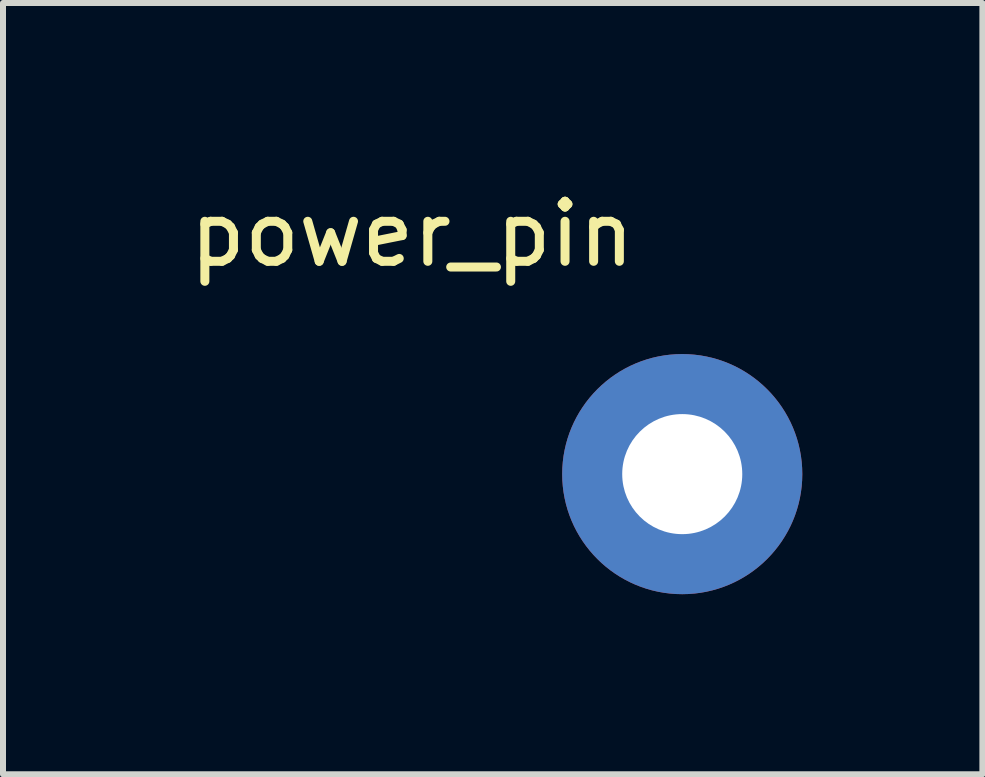
<source format=kicad_pcb>
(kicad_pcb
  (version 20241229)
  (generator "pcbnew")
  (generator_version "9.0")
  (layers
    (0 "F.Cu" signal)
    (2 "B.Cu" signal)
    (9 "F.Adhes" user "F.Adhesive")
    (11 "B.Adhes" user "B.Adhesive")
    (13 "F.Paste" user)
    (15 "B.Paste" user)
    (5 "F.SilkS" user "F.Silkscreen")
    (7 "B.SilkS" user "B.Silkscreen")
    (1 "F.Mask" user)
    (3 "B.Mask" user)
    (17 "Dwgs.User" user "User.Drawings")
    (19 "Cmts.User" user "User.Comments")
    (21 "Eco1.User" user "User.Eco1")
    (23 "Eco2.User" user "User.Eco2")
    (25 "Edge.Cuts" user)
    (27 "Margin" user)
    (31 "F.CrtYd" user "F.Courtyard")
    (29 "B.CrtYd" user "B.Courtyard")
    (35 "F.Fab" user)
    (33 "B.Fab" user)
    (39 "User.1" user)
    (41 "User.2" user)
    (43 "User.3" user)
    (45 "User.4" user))
  (footprint "power_pin"
    (layer "F.Cu")
    (at 8.315 4.848)
    (property "Reference" "power_pin" (at -4.5 -4 0) (layer "F.SilkS") (effects (font (size 1 1) (thickness 0.15))))
    (attr through_hole)
    (pad "1" thru_hole circle (at 0 0) (size 4 4) (drill 2) (layers "*.Cu" "*.Mask")))
  (gr_rect
    (start -3 -3)
    (end 13.315 9.848)
    (stroke (width 0.1) (type default))
    (fill no)
    (layer "Edge.Cuts")))
</source>
